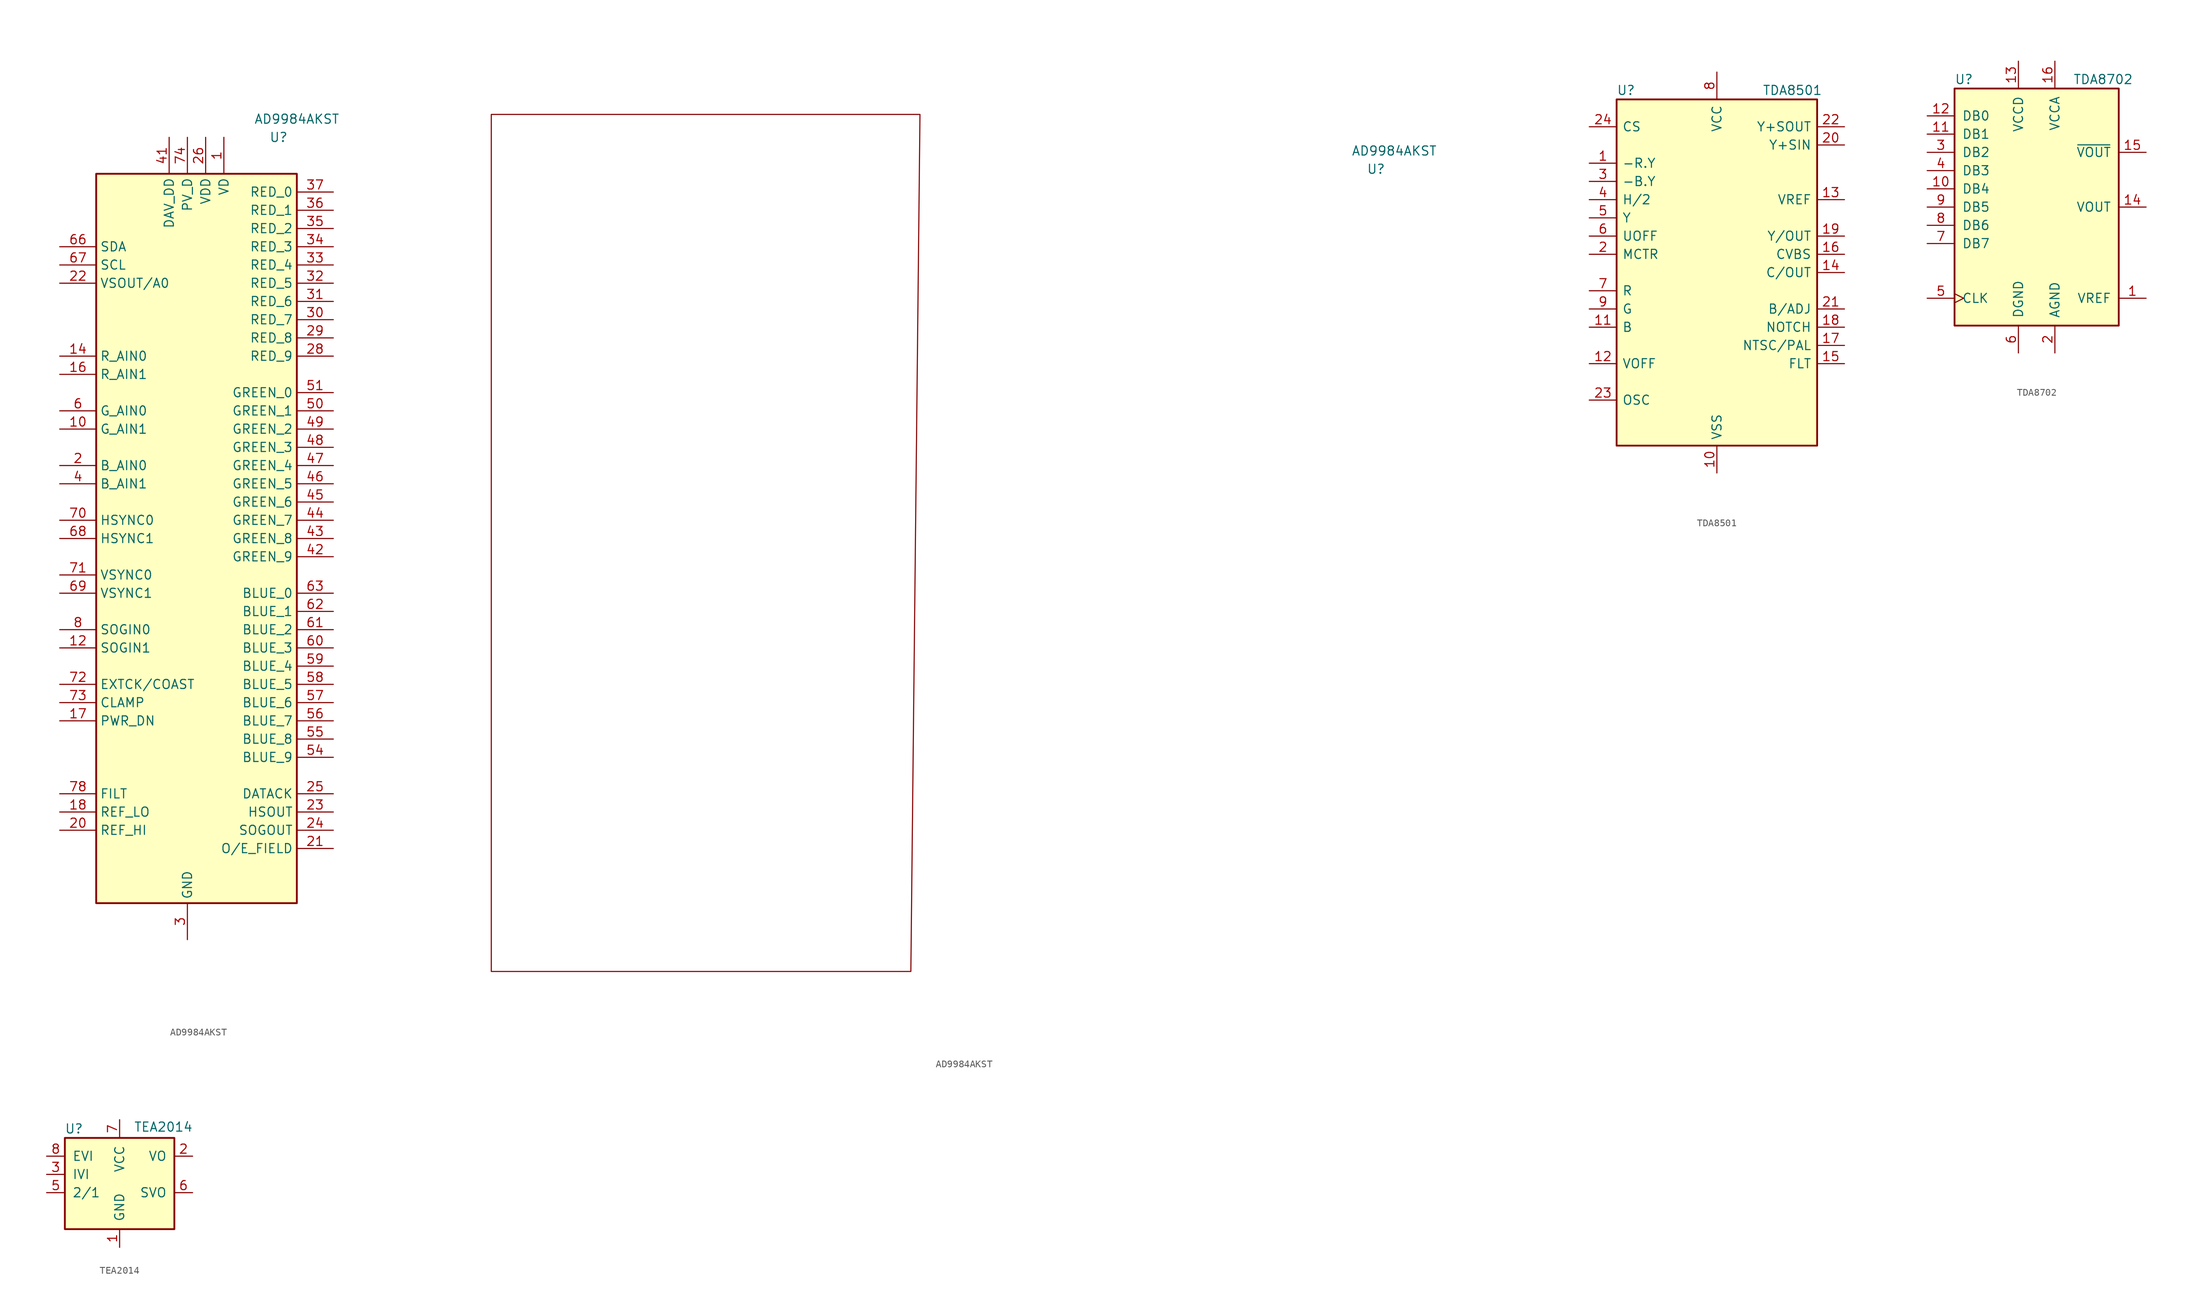
<source format=kicad_sym>
(kicad_symbol_lib
  (version 20200908)
  (generator kicad_symbol_editor)
  (symbol "Video:AD9984AKST"
    (property "Reference" "U"
      (at 10.16 55.88 0)
      (effects (font (size 1.27 1.27))))
    (property "Value" "AD9984AKST"
      (at 12.7 58.42 0)
      (effects (font (size 1.27 1.27))))
    (symbol "AD9984AKST_0_1"
      (rectangle (start 12.7 50.8) (end -15.24 -50.8) (stroke (width 0.254)) (fill (type background))))
    (symbol "AD9984AKST_0_2"
      (polyline (pts (xy -113.03 -55.88) (xy -54.61 -55.88) (xy -53.34 63.5) (xy -113.03 63.5) (xy -113.03 -55.88)) (stroke (width 0)) (fill (type none))))
    (symbol "AD9984AKST_1_1"
      (pin power_in line (at 2.54 55.88 270) (length 5.08) (name "VD" (effects (font (size 1.27 1.27)))) (number "1" (effects (font (size 1.27 1.27)))))
      (pin input line (at -20.32 15.24 0) (length 5.08) (name "G_AIN1" (effects (font (size 1.27 1.27)))) (number "10" (effects (font (size 1.27 1.27)))))
      (pin passive line (at -2.54 -55.88 90) (length 5.08) hide (name "GND" (effects (font (size 1.27 1.27)))) (number "11" (effects (font (size 1.27 1.27)))))
      (pin input line (at -20.32 -15.24 0) (length 5.08) (name "SOGIN1" (effects (font (size 1.27 1.27)))) (number "12" (effects (font (size 1.27 1.27)))))
      (pin passive line (at 2.54 55.88 270) (length 5.08) hide (name "VD" (effects (font (size 1.27 1.27)))) (number "13" (effects (font (size 1.27 1.27)))))
      (pin input line (at -20.32 25.4 0) (length 5.08) (name "R_AIN0" (effects (font (size 1.27 1.27)))) (number "14" (effects (font (size 1.27 1.27)))))
      (pin passive line (at -2.54 -55.88 90) (length 5.08) hide (name "GND" (effects (font (size 1.27 1.27)))) (number "15" (effects (font (size 1.27 1.27)))))
      (pin input line (at -20.32 22.86 0) (length 5.08) (name "R_AIN1" (effects (font (size 1.27 1.27)))) (number "16" (effects (font (size 1.27 1.27)))))
      (pin input line (at -20.32 -25.4 0) (length 5.08) (name "PWR_DN" (effects (font (size 1.27 1.27)))) (number "17" (effects (font (size 1.27 1.27)))))
      (pin input line (at -20.32 -38.1 0) (length 5.08) (name "REF_LO" (effects (font (size 1.27 1.27)))) (number "18" (effects (font (size 1.27 1.27)))))
      (pin unconnected line (at 12.7 -48.26 180) (length 5.08) hide (name "NC" (effects (font (size 1.27 1.27)))) (number "19" (effects (font (size 1.27 1.27)))))
      (pin input line (at -20.32 10.16 0) (length 5.08) (name "B_AIN0" (effects (font (size 1.27 1.27)))) (number "2" (effects (font (size 1.27 1.27)))))
      (pin input line (at -20.32 -40.64 0) (length 5.08) (name "REF_HI" (effects (font (size 1.27 1.27)))) (number "20" (effects (font (size 1.27 1.27)))))
      (pin output line (at 17.78 -43.18 180) (length 5.08) (name "O/E_FIELD" (effects (font (size 1.27 1.27)))) (number "21" (effects (font (size 1.27 1.27)))))
      (pin bidirectional line (at -20.32 35.56 0) (length 5.08) (name "VSOUT/A0" (effects (font (size 1.27 1.27)))) (number "22" (effects (font (size 1.27 1.27)))))
      (pin output line (at 17.78 -38.1 180) (length 5.08) (name "HSOUT" (effects (font (size 1.27 1.27)))) (number "23" (effects (font (size 1.27 1.27)))))
      (pin output line (at 17.78 -40.64 180) (length 5.08) (name "SOGOUT" (effects (font (size 1.27 1.27)))) (number "24" (effects (font (size 1.27 1.27)))))
      (pin output line (at 17.78 -35.56 180) (length 5.08) (name "DATACK" (effects (font (size 1.27 1.27)))) (number "25" (effects (font (size 1.27 1.27)))))
      (pin power_in line (at 0 55.88 270) (length 5.08) (name "VDD" (effects (font (size 1.27 1.27)))) (number "26" (effects (font (size 1.27 1.27)))))
      (pin passive line (at -2.54 -55.88 90) (length 5.08) hide (name "GND" (effects (font (size 1.27 1.27)))) (number "27" (effects (font (size 1.27 1.27)))))
      (pin output line (at 17.78 25.4 180) (length 5.08) (name "RED_9" (effects (font (size 1.27 1.27)))) (number "28" (effects (font (size 1.27 1.27)))))
      (pin output line (at 17.78 27.94 180) (length 5.08) (name "RED_8" (effects (font (size 1.27 1.27)))) (number "29" (effects (font (size 1.27 1.27)))))
      (pin power_in line (at -2.54 -55.88 90) (length 5.08) (name "GND" (effects (font (size 1.27 1.27)))) (number "3" (effects (font (size 1.27 1.27)))))
      (pin output line (at 17.78 30.48 180) (length 5.08) (name "RED_7" (effects (font (size 1.27 1.27)))) (number "30" (effects (font (size 1.27 1.27)))))
      (pin output line (at 17.78 33.02 180) (length 5.08) (name "RED_6" (effects (font (size 1.27 1.27)))) (number "31" (effects (font (size 1.27 1.27)))))
      (pin output line (at 17.78 35.56 180) (length 5.08) (name "RED_5" (effects (font (size 1.27 1.27)))) (number "32" (effects (font (size 1.27 1.27)))))
      (pin output line (at 17.78 38.1 180) (length 5.08) (name "RED_4" (effects (font (size 1.27 1.27)))) (number "33" (effects (font (size 1.27 1.27)))))
      (pin output line (at 17.78 40.64 180) (length 5.08) (name "RED_3" (effects (font (size 1.27 1.27)))) (number "34" (effects (font (size 1.27 1.27)))))
      (pin output line (at 17.78 43.18 180) (length 5.08) (name "RED_2" (effects (font (size 1.27 1.27)))) (number "35" (effects (font (size 1.27 1.27)))))
      (pin output line (at 17.78 45.72 180) (length 5.08) (name "RED_1" (effects (font (size 1.27 1.27)))) (number "36" (effects (font (size 1.27 1.27)))))
      (pin output line (at 17.78 48.26 180) (length 5.08) (name "RED_0" (effects (font (size 1.27 1.27)))) (number "37" (effects (font (size 1.27 1.27)))))
      (pin passive line (at 0 55.88 270) (length 5.08) hide (name "VDD" (effects (font (size 1.27 1.27)))) (number "38" (effects (font (size 1.27 1.27)))))
      (pin passive line (at -2.54 -55.88 90) (length 5.08) hide (name "GND" (effects (font (size 1.27 1.27)))) (number "39" (effects (font (size 1.27 1.27)))))
      (pin input line (at -20.32 7.62 0) (length 5.08) (name "B_AIN1" (effects (font (size 1.27 1.27)))) (number "4" (effects (font (size 1.27 1.27)))))
      (pin passive line (at -2.54 -55.88 90) (length 5.08) hide (name "GND" (effects (font (size 1.27 1.27)))) (number "40" (effects (font (size 1.27 1.27)))))
      (pin power_in line (at -5.08 55.88 270) (length 5.08) (name "DAV_DD" (effects (font (size 1.27 1.27)))) (number "41" (effects (font (size 1.27 1.27)))))
      (pin output line (at 17.78 -2.54 180) (length 5.08) (name "GREEN_9" (effects (font (size 1.27 1.27)))) (number "42" (effects (font (size 1.27 1.27)))))
      (pin output line (at 17.78 0 180) (length 5.08) (name "GREEN_8" (effects (font (size 1.27 1.27)))) (number "43" (effects (font (size 1.27 1.27)))))
      (pin output line (at 17.78 2.54 180) (length 5.08) (name "GREEN_7" (effects (font (size 1.27 1.27)))) (number "44" (effects (font (size 1.27 1.27)))))
      (pin output line (at 17.78 5.08 180) (length 5.08) (name "GREEN_6" (effects (font (size 1.27 1.27)))) (number "45" (effects (font (size 1.27 1.27)))))
      (pin output line (at 17.78 7.62 180) (length 5.08) (name "GREEN_5" (effects (font (size 1.27 1.27)))) (number "46" (effects (font (size 1.27 1.27)))))
      (pin output line (at 17.78 10.16 180) (length 5.08) (name "GREEN_4" (effects (font (size 1.27 1.27)))) (number "47" (effects (font (size 1.27 1.27)))))
      (pin output line (at 17.78 12.7 180) (length 5.08) (name "GREEN_3" (effects (font (size 1.27 1.27)))) (number "48" (effects (font (size 1.27 1.27)))))
      (pin output line (at 17.78 15.24 180) (length 5.08) (name "GREEN_2" (effects (font (size 1.27 1.27)))) (number "49" (effects (font (size 1.27 1.27)))))
      (pin passive line (at 2.54 55.88 270) (length 5.08) hide (name "VD" (effects (font (size 1.27 1.27)))) (number "5" (effects (font (size 1.27 1.27)))))
      (pin output line (at 17.78 17.78 180) (length 5.08) (name "GREEN_1" (effects (font (size 1.27 1.27)))) (number "50" (effects (font (size 1.27 1.27)))))
      (pin output line (at 17.78 20.32 180) (length 5.08) (name "GREEN_0" (effects (font (size 1.27 1.27)))) (number "51" (effects (font (size 1.27 1.27)))))
      (pin passive line (at 0 55.88 270) (length 5.08) hide (name "VDD" (effects (font (size 1.27 1.27)))) (number "52" (effects (font (size 1.27 1.27)))))
      (pin passive line (at -2.54 -55.88 90) (length 5.08) hide (name "GND" (effects (font (size 1.27 1.27)))) (number "53" (effects (font (size 1.27 1.27)))))
      (pin output line (at 17.78 -30.48 180) (length 5.08) (name "BLUE_9" (effects (font (size 1.27 1.27)))) (number "54" (effects (font (size 1.27 1.27)))))
      (pin output line (at 17.78 -27.94 180) (length 5.08) (name "BLUE_8" (effects (font (size 1.27 1.27)))) (number "55" (effects (font (size 1.27 1.27)))))
      (pin output line (at 17.78 -25.4 180) (length 5.08) (name "BLUE_7" (effects (font (size 1.27 1.27)))) (number "56" (effects (font (size 1.27 1.27)))))
      (pin output line (at 17.78 -22.86 180) (length 5.08) (name "BLUE_6" (effects (font (size 1.27 1.27)))) (number "57" (effects (font (size 1.27 1.27)))))
      (pin output line (at 17.78 -20.32 180) (length 5.08) (name "BLUE_5" (effects (font (size 1.27 1.27)))) (number "58" (effects (font (size 1.27 1.27)))))
      (pin output line (at 17.78 -17.78 180) (length 5.08) (name "BLUE_4" (effects (font (size 1.27 1.27)))) (number "59" (effects (font (size 1.27 1.27)))))
      (pin input line (at -20.32 17.78 0) (length 5.08) (name "G_AIN0" (effects (font (size 1.27 1.27)))) (number "6" (effects (font (size 1.27 1.27)))))
      (pin output line (at 17.78 -15.24 180) (length 5.08) (name "BLUE_3" (effects (font (size 1.27 1.27)))) (number "60" (effects (font (size 1.27 1.27)))))
      (pin output line (at 17.78 -12.7 180) (length 5.08) (name "BLUE_2" (effects (font (size 1.27 1.27)))) (number "61" (effects (font (size 1.27 1.27)))))
      (pin output line (at 17.78 -10.16 180) (length 5.08) (name "BLUE_1" (effects (font (size 1.27 1.27)))) (number "62" (effects (font (size 1.27 1.27)))))
      (pin output line (at 17.78 -7.62 180) (length 5.08) (name "BLUE_0" (effects (font (size 1.27 1.27)))) (number "63" (effects (font (size 1.27 1.27)))))
      (pin passive line (at 0 55.88 270) (length 5.08) hide (name "VDD" (effects (font (size 1.27 1.27)))) (number "64" (effects (font (size 1.27 1.27)))))
      (pin passive line (at -2.54 -55.88 90) (length 5.08) hide (name "GND" (effects (font (size 1.27 1.27)))) (number "65" (effects (font (size 1.27 1.27)))))
      (pin bidirectional line (at -20.32 40.64 0) (length 5.08) (name "SDA" (effects (font (size 1.27 1.27)))) (number "66" (effects (font (size 1.27 1.27)))))
      (pin input line (at -20.32 38.1 0) (length 5.08) (name "SCL" (effects (font (size 1.27 1.27)))) (number "67" (effects (font (size 1.27 1.27)))))
      (pin input line (at -20.32 0 0) (length 5.08) (name "HSYNC1" (effects (font (size 1.27 1.27)))) (number "68" (effects (font (size 1.27 1.27)))))
      (pin input line (at -20.32 -7.62 0) (length 5.08) (name "VSYNC1" (effects (font (size 1.27 1.27)))) (number "69" (effects (font (size 1.27 1.27)))))
      (pin passive line (at -2.54 -55.88 90) (length 5.08) hide (name "GND" (effects (font (size 1.27 1.27)))) (number "7" (effects (font (size 1.27 1.27)))))
      (pin input line (at -20.32 2.54 0) (length 5.08) (name "HSYNC0" (effects (font (size 1.27 1.27)))) (number "70" (effects (font (size 1.27 1.27)))))
      (pin input line (at -20.32 -5.08 0) (length 5.08) (name "VSYNC0" (effects (font (size 1.27 1.27)))) (number "71" (effects (font (size 1.27 1.27)))))
      (pin input line (at -20.32 -20.32 0) (length 5.08) (name "EXTCK/COAST" (effects (font (size 1.27 1.27)))) (number "72" (effects (font (size 1.27 1.27)))))
      (pin input line (at -20.32 -22.86 0) (length 5.08) (name "CLAMP" (effects (font (size 1.27 1.27)))) (number "73" (effects (font (size 1.27 1.27)))))
      (pin power_in line (at -2.54 55.88 270) (length 5.08) (name "PV_D" (effects (font (size 1.27 1.27)))) (number "74" (effects (font (size 1.27 1.27)))))
      (pin passive line (at -2.54 -55.88 90) (length 5.08) hide (name "GND" (effects (font (size 1.27 1.27)))) (number "75" (effects (font (size 1.27 1.27)))))
      (pin passive line (at -2.54 55.88 270) (length 5.08) hide (name "PV_D" (effects (font (size 1.27 1.27)))) (number "76" (effects (font (size 1.27 1.27)))))
      (pin passive line (at -2.54 -55.88 90) (length 5.08) hide (name "GND" (effects (font (size 1.27 1.27)))) (number "77" (effects (font (size 1.27 1.27)))))
      (pin input line (at -20.32 -35.56 0) (length 5.08) (name "FILT" (effects (font (size 1.27 1.27)))) (number "78" (effects (font (size 1.27 1.27)))))
      (pin passive line (at -2.54 55.88 270) (length 5.08) hide (name "PV_D" (effects (font (size 1.27 1.27)))) (number "79" (effects (font (size 1.27 1.27)))))
      (pin input line (at -20.32 -12.7 0) (length 5.08) (name "SOGIN0" (effects (font (size 1.27 1.27)))) (number "8" (effects (font (size 1.27 1.27)))))
      (pin passive line (at -2.54 -55.88 90) (length 5.08) hide (name "GND" (effects (font (size 1.27 1.27)))) (number "80" (effects (font (size 1.27 1.27)))))
      (pin passive line (at 2.54 55.88 270) (length 5.08) hide (name "VD" (effects (font (size 1.27 1.27)))) (number "9" (effects (font (size 1.27 1.27)))))))
  (symbol "Video:TDA8501"
    (pin_names
      (offset 0.762))
    (property "Reference" "U"
      (at -13.97 25.4 0)
      (effects (font (size 1.27 1.27)) (justify left)))
    (property "Value" "TDA8501"
      (at 6.35 25.4 0)
      (effects (font (size 1.27 1.27)) (justify left)))
    (symbol "TDA8501_0_1"
      (rectangle (start -13.97 24.13) (end 13.97 -24.13) (stroke (width 0.254)) (fill (type background))))
    (symbol "TDA8501_1_1"
      (pin input line (at -17.78 15.24 0) (length 3.81) (name "-R.Y" (effects (font (size 1.27 1.27)))) (number "1" (effects (font (size 1.27 1.27)))))
      (pin power_in line (at 0 -27.94 90) (length 3.81) (name "VSS" (effects (font (size 1.27 1.27)))) (number "10" (effects (font (size 1.27 1.27)))))
      (pin input line (at -17.78 -7.62 0) (length 3.81) (name "B" (effects (font (size 1.27 1.27)))) (number "11" (effects (font (size 1.27 1.27)))))
      (pin output line (at -17.78 -12.7 0) (length 3.81) (name "VOFF" (effects (font (size 1.27 1.27)))) (number "12" (effects (font (size 1.27 1.27)))))
      (pin passive line (at 17.78 10.16 180) (length 3.81) (name "VREF" (effects (font (size 1.27 1.27)))) (number "13" (effects (font (size 1.27 1.27)))))
      (pin output line (at 17.78 0 180) (length 3.81) (name "C/OUT" (effects (font (size 1.27 1.27)))) (number "14" (effects (font (size 1.27 1.27)))))
      (pin passive line (at 17.78 -12.7 180) (length 3.81) (name "FLT" (effects (font (size 1.27 1.27)))) (number "15" (effects (font (size 1.27 1.27)))))
      (pin output line (at 17.78 2.54 180) (length 3.81) (name "CVBS" (effects (font (size 1.27 1.27)))) (number "16" (effects (font (size 1.27 1.27)))))
      (pin input line (at 17.78 -10.16 180) (length 3.81) (name "NTSC/PAL" (effects (font (size 1.27 1.27)))) (number "17" (effects (font (size 1.27 1.27)))))
      (pin input line (at 17.78 -7.62 180) (length 3.81) (name "NOTCH" (effects (font (size 1.27 1.27)))) (number "18" (effects (font (size 1.27 1.27)))))
      (pin output line (at 17.78 5.08 180) (length 3.81) (name "Y/OUT" (effects (font (size 1.27 1.27)))) (number "19" (effects (font (size 1.27 1.27)))))
      (pin input line (at -17.78 2.54 0) (length 3.81) (name "MCTR" (effects (font (size 1.27 1.27)))) (number "2" (effects (font (size 1.27 1.27)))))
      (pin input line (at 17.78 17.78 180) (length 3.81) (name "Y+SIN" (effects (font (size 1.27 1.27)))) (number "20" (effects (font (size 1.27 1.27)))))
      (pin passive line (at 17.78 -5.08 180) (length 3.81) (name "B/ADJ" (effects (font (size 1.27 1.27)))) (number "21" (effects (font (size 1.27 1.27)))))
      (pin output line (at 17.78 20.32 180) (length 3.81) (name "Y+SOUT" (effects (font (size 1.27 1.27)))) (number "22" (effects (font (size 1.27 1.27)))))
      (pin output line (at -17.78 -17.78 0) (length 3.81) (name "OSC" (effects (font (size 1.27 1.27)))) (number "23" (effects (font (size 1.27 1.27)))))
      (pin input line (at -17.78 20.32 0) (length 3.81) (name "CS" (effects (font (size 1.27 1.27)))) (number "24" (effects (font (size 1.27 1.27)))))
      (pin input line (at -17.78 12.7 0) (length 3.81) (name "-B.Y" (effects (font (size 1.27 1.27)))) (number "3" (effects (font (size 1.27 1.27)))))
      (pin bidirectional line (at -17.78 10.16 0) (length 3.81) (name "H/2" (effects (font (size 1.27 1.27)))) (number "4" (effects (font (size 1.27 1.27)))))
      (pin input line (at -17.78 7.62 0) (length 3.81) (name "Y" (effects (font (size 1.27 1.27)))) (number "5" (effects (font (size 1.27 1.27)))))
      (pin output line (at -17.78 5.08 0) (length 3.81) (name "UOFF" (effects (font (size 1.27 1.27)))) (number "6" (effects (font (size 1.27 1.27)))))
      (pin input line (at -17.78 -2.54 0) (length 3.81) (name "R" (effects (font (size 1.27 1.27)))) (number "7" (effects (font (size 1.27 1.27)))))
      (pin power_in line (at 0 27.94 270) (length 3.81) (name "VCC" (effects (font (size 1.27 1.27)))) (number "8" (effects (font (size 1.27 1.27)))))
      (pin input line (at -17.78 -5.08 0) (length 3.81) (name "G" (effects (font (size 1.27 1.27)))) (number "9" (effects (font (size 1.27 1.27)))))))
  (symbol "Video:TDA8702"
    (pin_names
      (offset 1.016))
    (property "Reference" "U"
      (at -11.43 17.78 0)
      (effects (font (size 1.27 1.27)) (justify left)))
    (property "Value" "TDA8702"
      (at 5.08 17.78 0)
      (effects (font (size 1.27 1.27)) (justify left)))
    (symbol "TDA8702_0_1"
      (rectangle (start -11.43 16.51) (end 11.43 -16.51) (stroke (width 0.254)) (fill (type background))))
    (symbol "TDA8702_1_1"
      (pin bidirectional line (at 15.24 -12.7 180) (length 3.81) (name "VREF" (effects (font (size 1.27 1.27)))) (number "1" (effects (font (size 1.27 1.27)))))
      (pin input line (at -15.24 2.54 0) (length 3.81) (name "DB4" (effects (font (size 1.27 1.27)))) (number "10" (effects (font (size 1.27 1.27)))))
      (pin input line (at -15.24 10.16 0) (length 3.81) (name "DB1" (effects (font (size 1.27 1.27)))) (number "11" (effects (font (size 1.27 1.27)))))
      (pin input line (at -15.24 12.7 0) (length 3.81) (name "DB0" (effects (font (size 1.27 1.27)))) (number "12" (effects (font (size 1.27 1.27)))))
      (pin power_in line (at -2.54 20.32 270) (length 3.81) (name "VCCD" (effects (font (size 1.27 1.27)))) (number "13" (effects (font (size 1.27 1.27)))))
      (pin output line (at 15.24 0 180) (length 3.81) (name "VOUT" (effects (font (size 1.27 1.27)))) (number "14" (effects (font (size 1.27 1.27)))))
      (pin output line (at 15.24 7.62 180) (length 3.81) (name "~VOUT~" (effects (font (size 1.27 1.27)))) (number "15" (effects (font (size 1.27 1.27)))))
      (pin power_in line (at 2.54 20.32 270) (length 3.81) (name "VCCA" (effects (font (size 1.27 1.27)))) (number "16" (effects (font (size 1.27 1.27)))))
      (pin power_in line (at 2.54 -20.32 90) (length 3.81) (name "AGND" (effects (font (size 1.27 1.27)))) (number "2" (effects (font (size 1.27 1.27)))))
      (pin input line (at -15.24 7.62 0) (length 3.81) (name "DB2" (effects (font (size 1.27 1.27)))) (number "3" (effects (font (size 1.27 1.27)))))
      (pin input line (at -15.24 5.08 0) (length 3.81) (name "DB3" (effects (font (size 1.27 1.27)))) (number "4" (effects (font (size 1.27 1.27)))))
      (pin input clock (at -15.24 -12.7 0) (length 3.81) (name "CLK" (effects (font (size 1.27 1.27)))) (number "5" (effects (font (size 1.27 1.27)))))
      (pin power_in line (at -2.54 -20.32 90) (length 3.81) (name "DGND" (effects (font (size 1.27 1.27)))) (number "6" (effects (font (size 1.27 1.27)))))
      (pin input line (at -15.24 -5.08 0) (length 3.81) (name "DB7" (effects (font (size 1.27 1.27)))) (number "7" (effects (font (size 1.27 1.27)))))
      (pin input line (at -15.24 -2.54 0) (length 3.81) (name "DB6" (effects (font (size 1.27 1.27)))) (number "8" (effects (font (size 1.27 1.27)))))
      (pin input line (at -15.24 0 0) (length 3.81) (name "DB5" (effects (font (size 1.27 1.27)))) (number "9" (effects (font (size 1.27 1.27)))))))
  (symbol "Video:TEA2014"
    (pin_names
      (offset 1.016))
    (property "Reference" "U"
      (at -6.35 6.35 0)
      (effects (font (size 1.27 1.27))))
    (property "Value" "TEA2014"
      (at 6.096 6.604 0)
      (effects (font (size 1.27 1.27))))
    (symbol "TEA2014_0_1"
      (rectangle (start -7.62 5.08) (end 7.62 -7.62) (stroke (width 0.254)) (fill (type background))))
    (symbol "TEA2014_1_1"
      (pin power_in line (at 0 -10.16 90) (length 2.54) (name "GND" (effects (font (size 1.27 1.27)))) (number "1" (effects (font (size 1.27 1.27)))))
      (pin output line (at 10.16 2.54 180) (length 2.54) (name "VO" (effects (font (size 1.27 1.27)))) (number "2" (effects (font (size 1.27 1.27)))))
      (pin input line (at -10.16 0 0) (length 2.54) (name "IVI" (effects (font (size 1.27 1.27)))) (number "3" (effects (font (size 1.27 1.27)))))
      (pin unconnected line (at 7.62 0 180) (length 2.54) hide (name "NC" (effects (font (size 1.27 1.27)))) (number "4" (effects (font (size 1.27 1.27)))))
      (pin input line (at -10.16 -2.54 0) (length 2.54) (name "2/1" (effects (font (size 1.27 1.27)))) (number "5" (effects (font (size 1.27 1.27)))))
      (pin output line (at 10.16 -2.54 180) (length 2.54) (name "SVO" (effects (font (size 1.27 1.27)))) (number "6" (effects (font (size 1.27 1.27)))))
      (pin power_in line (at 0 7.62 270) (length 2.54) (name "VCC" (effects (font (size 1.27 1.27)))) (number "7" (effects (font (size 1.27 1.27)))))
      (pin input line (at -10.16 2.54 0) (length 2.54) (name "EVI" (effects (font (size 1.27 1.27)))) (number "8" (effects (font (size 1.27 1.27))))))))
</source>
